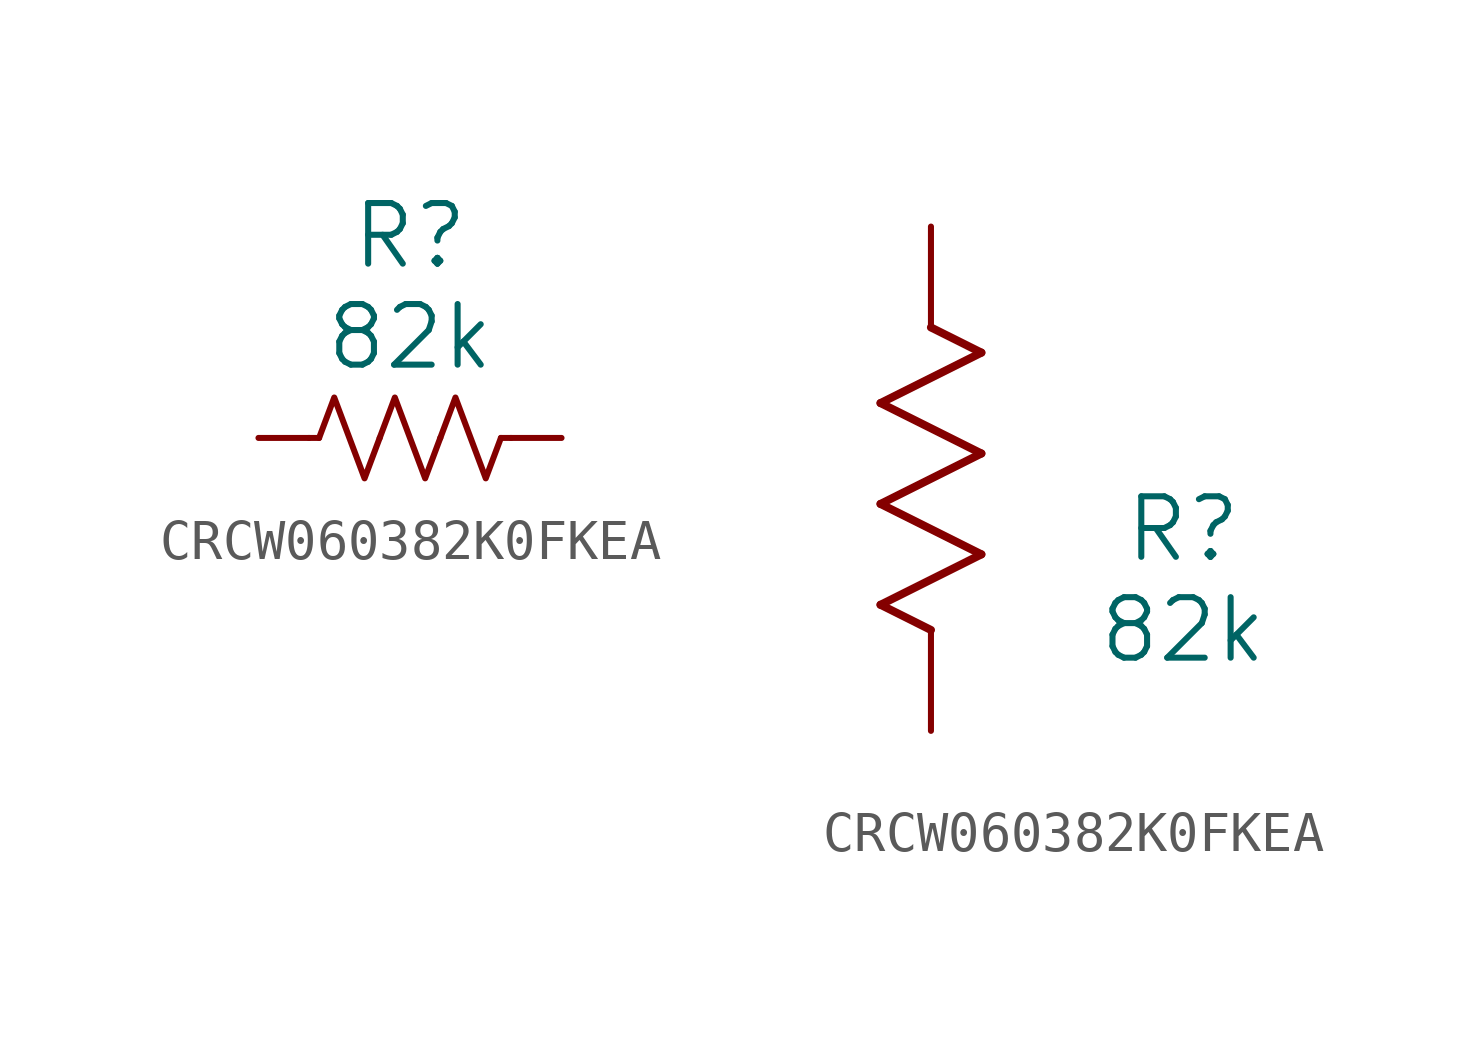
<source format=kicad_sym>
(kicad_symbol_lib
  (version 20220914)
  (generator kicad_symbol_editor)
  (symbol "CRCW060382K0FKEA"
    (pin_numbers hide)
    (pin_names
      (offset 0.254) hide)
    (property "Reference" "R"
      (at 6.35 5.08 0)
      (effects (font (size 1.524 1.524))))
    (property "Value" "82k"
      (at 6.35 2.54 0)
      (effects (font (size 1.524 1.524))))
    (symbol "CRCW060382K0FKEA_0_1"
      (polyline (pts (xy 4.064 0) (xy 3.81 0)) (stroke (width 0) (type default)) (fill (type none)))
      (polyline (pts (xy 8.636 0) (xy 8.89 0)) (stroke (width 0) (type default)) (fill (type none)))
      (polyline (pts (xy 4.064 0) (xy 4.445 1.016) (xy 4.826 0) (xy 5.207 -1.016) (xy 5.588 0)) (stroke (width 0) (type default)) (fill (type none)))
      (polyline (pts (xy 5.588 0) (xy 5.969 1.016) (xy 6.35 0) (xy 6.731 -1.016) (xy 7.112 0)) (stroke (width 0) (type default)) (fill (type none)))
      (polyline (pts (xy 7.112 0) (xy 7.493 1.016) (xy 7.874 0) (xy 8.255 -1.016) (xy 8.636 0)) (stroke (width 0) (type default)) (fill (type none))))
    (symbol "CRCW060382K0FKEA_1_1"
      (pin passive line (at 2.54 0 0) (length 1.27) (name "" (effects (font (size 1.27 1.27)))) (number "1" (effects (font (size 1.27 1.27)))))
      (pin passive line (at 10.16 0 180) (length 1.27) (name "" (effects (font (size 1.27 1.27)))) (number "2" (effects (font (size 1.27 1.27))))))
    (symbol "CRCW060382K0FKEA_1_2"
      (polyline (pts (xy -1.27 3.175) (xy 1.27 4.445)) (stroke (width 0.203) (type default)) (fill (type none)))
      (polyline (pts (xy -1.27 5.715) (xy 1.27 6.985)) (stroke (width 0.203) (type default)) (fill (type none)))
      (polyline (pts (xy -1.27 8.255) (xy 1.27 9.525)) (stroke (width 0.203) (type default)) (fill (type none)))
      (polyline (pts (xy 0 2.54) (xy -1.27 3.175)) (stroke (width 0.203) (type default)) (fill (type none)))
      (polyline (pts (xy 1.27 4.445) (xy -1.27 5.715)) (stroke (width 0.203) (type default)) (fill (type none)))
      (polyline (pts (xy 1.27 6.985) (xy -1.27 8.255)) (stroke (width 0.203) (type default)) (fill (type none)))
      (polyline (pts (xy 1.27 9.525) (xy 0 10.16)) (stroke (width 0.203) (type default)) (fill (type none)))
      (pin unspecified line (at 0 12.7 270) (length 2.54) (name "" (effects (font (size 1.27 1.27)))) (number "1" (effects (font (size 1.27 1.27)))))
      (pin unspecified line (at 0 0 90) (length 2.54) (name "" (effects (font (size 1.27 1.27)))) (number "2" (effects (font (size 1.27 1.27))))))))
</source>
